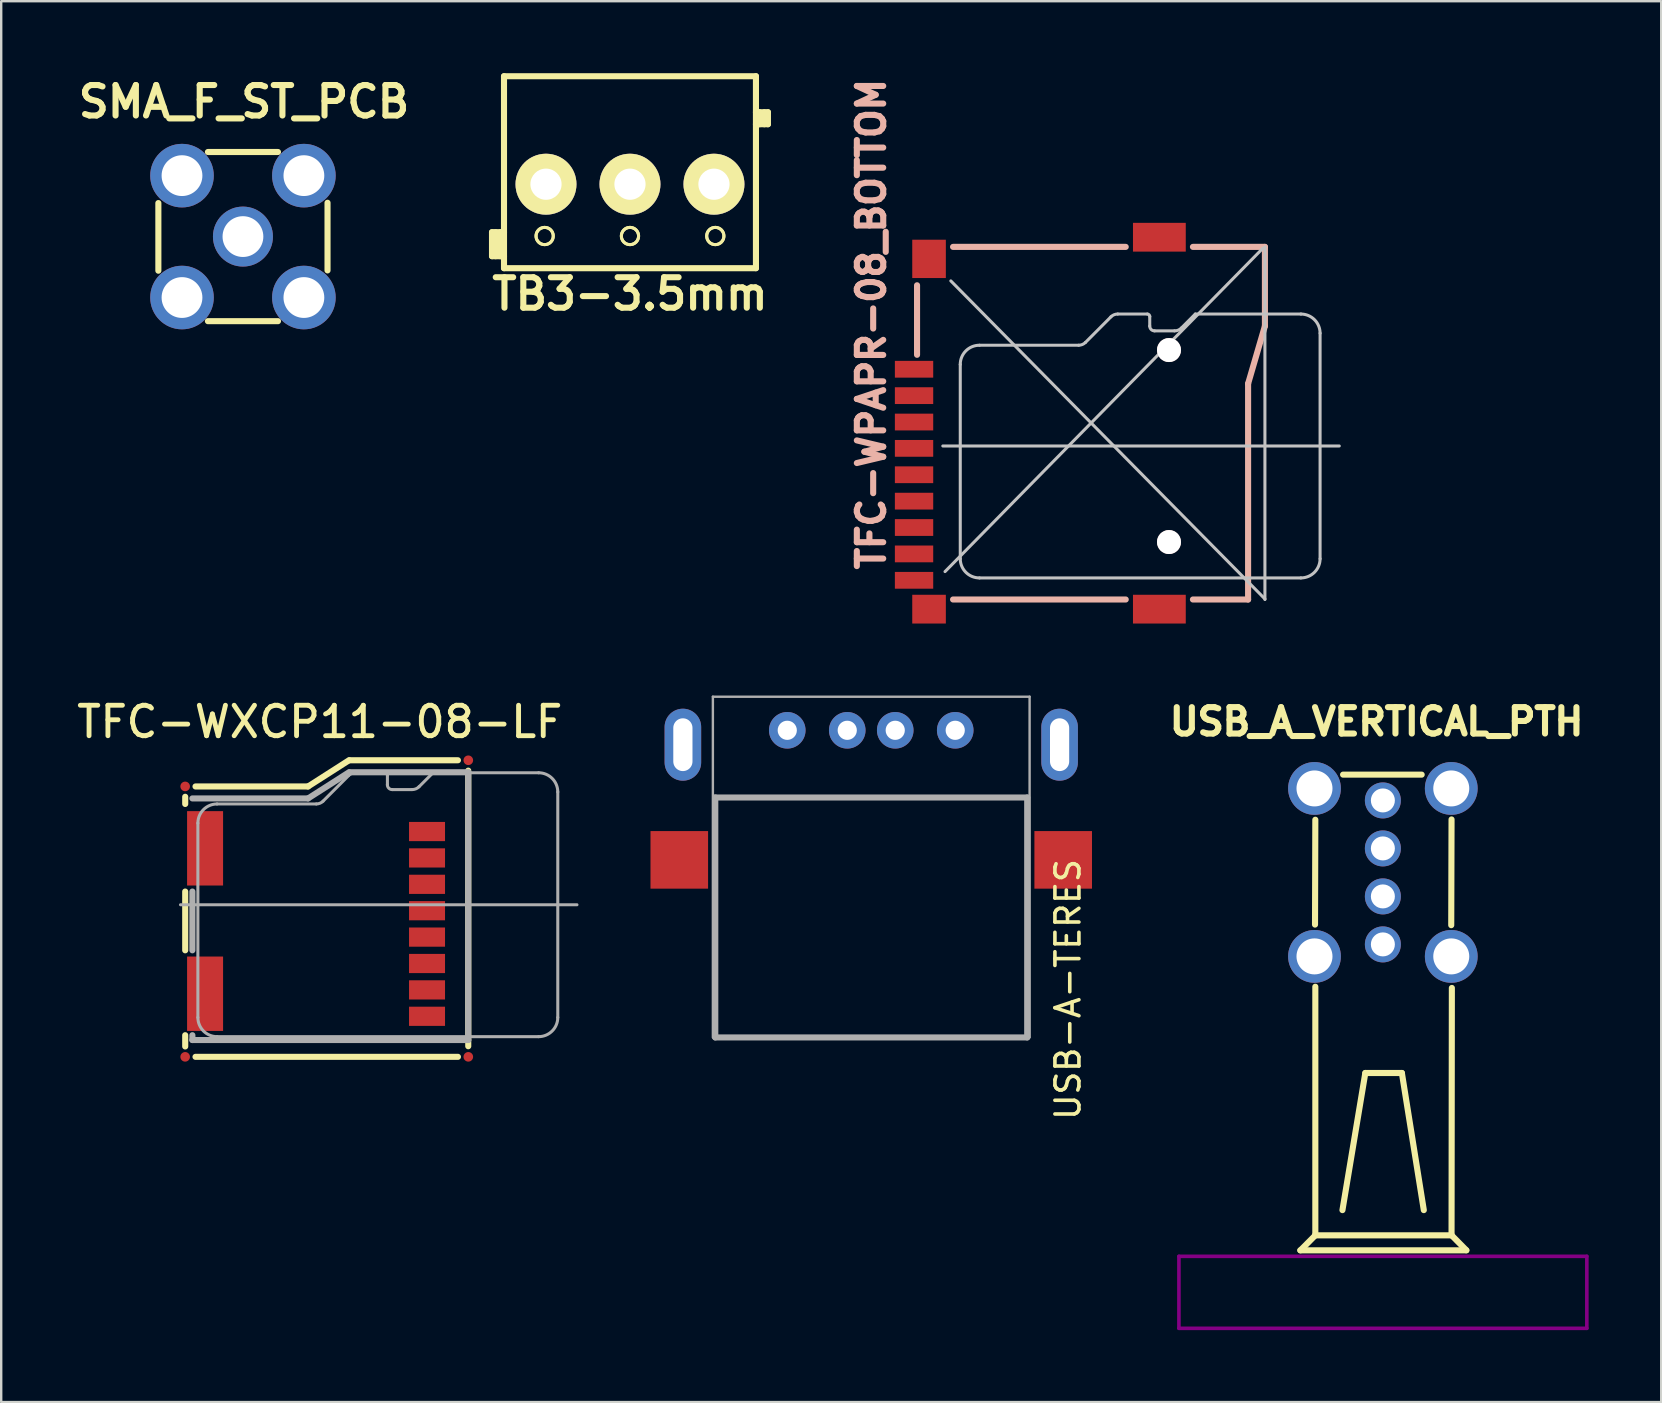
<source format=kicad_pcb>
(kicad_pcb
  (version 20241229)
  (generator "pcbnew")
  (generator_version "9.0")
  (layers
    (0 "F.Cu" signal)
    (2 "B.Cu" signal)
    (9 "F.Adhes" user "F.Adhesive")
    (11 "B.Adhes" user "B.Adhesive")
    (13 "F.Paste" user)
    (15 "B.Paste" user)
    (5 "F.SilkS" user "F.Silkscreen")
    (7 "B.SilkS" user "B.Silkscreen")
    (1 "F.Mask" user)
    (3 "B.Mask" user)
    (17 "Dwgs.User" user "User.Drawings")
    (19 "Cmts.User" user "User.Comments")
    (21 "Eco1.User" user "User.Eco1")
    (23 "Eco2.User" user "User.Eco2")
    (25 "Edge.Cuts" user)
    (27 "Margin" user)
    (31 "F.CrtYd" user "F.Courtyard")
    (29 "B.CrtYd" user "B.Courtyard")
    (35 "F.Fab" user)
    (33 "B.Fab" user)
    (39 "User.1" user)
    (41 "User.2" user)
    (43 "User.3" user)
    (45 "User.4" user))
  (footprint "TFC-WXCP11-08-LF"
    (layer "F.Cu")
    (at 10.747 35.455)
    (property "Reference" "TFC-WXCP11-08-LF" (at -0.47 -8.42 0) (layer "F.SilkS") (effects (font (size 1.27 1.27) (thickness 0.203))))
    (attr smd)
    (fp_line (start -6.078 -4.999) (end -6.078 -5.298) (stroke (width 0.254) (type solid)) (layer "F.SilkS"))
    (fp_line (start -6.078 1.1) (end -6.078 -1.349) (stroke (width 0.254) (type solid)) (layer "F.SilkS"))
    (fp_line (start -6.078 5.108) (end -6.078 4.638) (stroke (width 0.254) (type solid)) (layer "F.SilkS"))
    (fp_line (start -5.649 -5.728) (end -0.958 -5.728) (stroke (width 0.254) (type solid)) (layer "F.SilkS"))
    (fp_line (start -0.958 -5.728) (end 0.749 -6.82) (stroke (width 0.254) (type solid)) (layer "F.SilkS"))
    (fp_line (start 5.288 -6.82) (end 0.77 -6.82) (stroke (width 0.254) (type solid)) (layer "F.SilkS"))
    (fp_line (start 5.288 5.54) (end -5.649 5.54) (stroke (width 0.254) (type solid)) (layer "F.SilkS"))
    (fp_line (start 5.718 5.098) (end 5.718 -6.388) (stroke (width 0.254) (type solid)) (layer "F.SilkS"))
    (fp_line (start -6.274 -0.798) (end 10.249 -0.798) (stroke (width 0.127) (type solid)) (layer "F.Fab"))
    (fp_line (start -5.779 -5.23) (end -0.958 -5.23) (stroke (width 0.254) (type solid)) (layer "F.Fab"))
    (fp_line (start -5.779 1.1) (end -5.779 -1.349) (stroke (width 0.254) (type solid)) (layer "F.Fab"))
    (fp_line (start -5.779 4.839) (end -5.779 4.638) (stroke (width 0.254) (type solid)) (layer "F.Fab"))
    (fp_line (start -5.55 3.899) (end -5.55 -4.199) (stroke (width 0.127) (type solid)) (layer "F.Fab"))
    (fp_line (start -4.75 -4.999) (end -0.615 -4.999) (stroke (width 0.127) (type solid)) (layer "F.Fab"))
    (fp_line (start -0.958 -5.23) (end 0.749 -6.32) (stroke (width 0.254) (type solid)) (layer "F.Fab"))
    (fp_line (start -0.333 -5.116) (end 0.732 -6.182) (stroke (width 0.127) (type solid)) (layer "F.Fab"))
    (fp_line (start 1.013 -6.299) (end 2.248 -6.299) (stroke (width 0.127) (type solid)) (layer "F.Fab"))
    (fp_line (start 2.349 -6.198) (end 2.349 -5.799) (stroke (width 0.127) (type solid)) (layer "F.Fab"))
    (fp_line (start 2.548 -5.598) (end 3.383 -5.598) (stroke (width 0.127) (type solid)) (layer "F.Fab"))
    (fp_line (start 3.665 -5.715) (end 4.249 -6.299) (stroke (width 0.127) (type solid)) (layer "F.Fab"))
    (fp_line (start 4.249 -6.299) (end 8.649 -6.299) (stroke (width 0.127) (type solid)) (layer "F.Fab"))
    (fp_line (start 5.718 -6.32) (end 0.77 -6.32) (stroke (width 0.254) (type solid)) (layer "F.Fab"))
    (fp_line (start 5.718 4.839) (end -5.779 4.839) (stroke (width 0.254) (type solid)) (layer "F.Fab"))
    (fp_line (start 5.718 4.839) (end 5.718 -6.32) (stroke (width 0.254) (type solid)) (layer "F.Fab"))
    (fp_line (start 8.649 4.699) (end -4.75 4.699) (stroke (width 0.127) (type solid)) (layer "F.Fab"))
    (fp_line (start 9.449 -5.499) (end 9.449 3.899) (stroke (width 0.127) (type solid)) (layer "F.Fab"))
    (fp_arc (start -5.5499 -4.19862) (mid -5.315556 -4.764376) (end -4.7498 -4.99872) (stroke (width 0.127) (type solid)) (layer "F.Fab"))
    (fp_arc (start -4.7498 4.699) (mid -5.315556 4.464656) (end -5.5499 3.8989) (stroke (width 0.127) (type solid)) (layer "F.Fab"))
    (fp_arc (start -0.33274 -5.11556) (mid -0.462095 -5.029128) (end -0.61468 -4.998777) (stroke (width 0.127) (type solid)) (layer "F.Fab"))
    (fp_arc (start 0.73152 -6.18236) (mid 0.861524 -6.268467) (end 1.014557 -6.298402) (stroke (width 0.127) (type solid)) (layer "F.Fab"))
    (fp_arc (start 2.2479 -6.2992) (mid 2.319742 -6.269442) (end 2.3495 -6.1976) (stroke (width 0.127) (type solid)) (layer "F.Fab"))
    (fp_arc (start 2.54762 -5.59816) (mid 2.405732 -5.656932) (end 2.34696 -5.79882) (stroke (width 0.127) (type solid)) (layer "F.Fab"))
    (fp_arc (start 3.66522 -5.715) (mid 3.534893 -5.628761) (end 3.381484 -5.598961) (stroke (width 0.127) (type solid)) (layer "F.Fab"))
    (fp_arc (start 8.6487 -6.2992) (mid 9.214456 -6.064856) (end 9.4488 -5.4991) (stroke (width 0.127) (type solid)) (layer "F.Fab"))
    (fp_arc (start 9.4488 3.8989) (mid 9.214456 4.464656) (end 8.6487 4.699) (stroke (width 0.127) (type solid)) (layer "F.Fab"))
    (pad "1" smd rect (at 4 -3.85 90) (size 0.8 1.5) (layers "F.Cu" "F.Mask" "F.Paste"))
    (pad "2" smd rect (at 4 -2.75 90) (size 0.8 1.5) (layers "F.Cu" "F.Mask" "F.Paste"))
    (pad "3" smd rect (at 4 -1.65 90) (size 0.8 1.5) (layers "F.Cu" "F.Mask" "F.Paste"))
    (pad "4" smd rect (at 4 -0.55 90) (size 0.8 1.5) (layers "F.Cu" "F.Mask" "F.Paste"))
    (pad "5" smd rect (at 4 0.55 90) (size 0.8 1.5) (layers "F.Cu" "F.Mask" "F.Paste"))
    (pad "6" smd rect (at 4 1.65 90) (size 0.8 1.5) (layers "F.Cu" "F.Mask" "F.Paste"))
    (pad "7" smd rect (at 4 2.75 90) (size 0.8 1.5) (layers "F.Cu" "F.Mask" "F.Paste"))
    (pad "8" smd rect (at 4 3.85 90) (size 0.8 1.5) (layers "F.Cu" "F.Mask" "F.Paste"))
    (pad "FID1" smd circle (at 5.72 -6.82 90) (size 0.4 0.4) (layers "F.Cu" "F.Mask"))
    (pad "FID2" smd circle (at -6.08 -5.73 90) (size 0.4 0.4) (layers "F.Cu" "F.Mask"))
    (pad "FID3" smd circle (at -6.08 5.54 90) (size 0.4 0.4) (layers "F.Cu" "F.Mask"))
    (pad "FID4" smd circle (at 5.72 5.54 90) (size 0.4 0.4) (layers "F.Cu" "F.Mask"))
    (pad "SH1" smd rect (at -5.25 2.91 90) (size 3.1 1.5) (layers "F.Cu" "F.Mask" "F.Paste"))
    (pad "SH2" smd rect (at -5.25 -3.15 90) (size 3.1 1.5) (layers "F.Cu" "F.Mask" "F.Paste")))
  (footprint "SMA_F_ST_PCB"
    (layer "F.Cu")
    (at 7.075 6.81)
    (property "Reference" "SMA_F_ST_PCB" (at 0.043 -5.621 0) (layer "F.SilkS") (effects (font (size 1.27 1.27) (thickness 0.254))))
    (attr smd)
    (fp_line (start -3.525 -1.397) (end -3.525 1.422) (stroke (width 0.254) (type solid)) (layer "F.SilkS"))
    (fp_line (start -1.46 -3.525) (end 1.46 -3.525) (stroke (width 0.254) (type solid)) (layer "F.SilkS"))
    (fp_line (start -1.46 3.525) (end 1.46 3.525) (stroke (width 0.254) (type solid)) (layer "F.SilkS"))
    (fp_line (start 3.525 -1.41) (end 3.525 1.41) (stroke (width 0.254) (type solid)) (layer "F.SilkS"))
    (pad "1" thru_hole circle (at 0 0) (size 2.5 2.5) (drill 1.7) (layers "*.Cu" "*.Mask"))
    (pad "2" thru_hole circle (at -2.54 -2.54) (size 2.65 2.65) (drill 1.7) (layers "*.Cu" "*.Mask"))
    (pad "3" thru_hole circle (at 2.54 -2.54) (size 2.65 2.65) (drill 1.7) (layers "*.Cu" "*.Mask"))
    (pad "4" thru_hole circle (at 2.54 2.54) (size 2.65 2.65) (drill 1.7) (layers "*.Cu" "*.Mask"))
    (pad "5" thru_hole circle (at -2.54 2.54) (size 2.65 2.65) (drill 1.7) (layers "*.Cu" "*.Mask")))
  (footprint "USB-A-TERES"
    (layer "F.Cu")
    (at 33.26 40.186)
    (property "Reference" "USB-A-TERES" (at 8.2 -2 270) (layer "F.SilkS") (effects (font (size 1 1) (thickness 0.15))))
    (attr through_hole)
    (fp_line (start -6.6 -14.2) (end 6.6 -14.2) (stroke (width 0.1) (type solid)) (layer "F.Fab"))
    (fp_line (start -6.6 0) (end -6.6 -14.2) (stroke (width 0.1) (type solid)) (layer "F.Fab"))
    (fp_line (start -6.5 -10) (end 6.5 -10) (stroke (width 0.254) (type solid)) (layer "F.Fab"))
    (fp_line (start -6.5 0) (end -6.5 -10) (stroke (width 0.254) (type solid)) (layer "F.Fab"))
    (fp_line (start 6.5 -10) (end 6.5 0) (stroke (width 0.254) (type solid)) (layer "F.Fab"))
    (fp_line (start 6.5 0) (end -6.5 0) (stroke (width 0.254) (type solid)) (layer "F.Fab"))
    (fp_line (start 6.6 -14.2) (end 6.6 0) (stroke (width 0.1) (type solid)) (layer "F.Fab"))
    (pad "0" smd rect (at -8 -7.4) (size 2.4 2.4) (layers "F.Cu" "F.Mask" "F.Paste"))
    (pad "0" thru_hole oval (at -7.85 -12.2) (size 1.524 3) (drill oval 0.8 2.2) (layers "*.Cu" "*.Mask" "F.Paste"))
    (pad "0" thru_hole oval (at 7.85 -12.2) (size 1.524 3) (drill oval 0.8 2.2) (layers "*.Cu" "*.Mask" "F.Paste"))
    (pad "0" smd rect (at 8 -7.4) (size 2.4 2.4) (layers "F.Cu" "F.Mask" "F.Paste"))
    (pad "1" thru_hole circle (at -3.5 -12.8) (size 1.524 1.524) (drill 0.8) (layers "*.Cu" "*.Mask" "F.Paste"))
    (pad "2" thru_hole circle (at -1 -12.8) (size 1.524 1.524) (drill 0.8) (layers "*.Cu" "*.Mask" "F.Paste"))
    (pad "3" thru_hole circle (at 1 -12.8) (size 1.524 1.524) (drill 0.8) (layers "*.Cu" "*.Mask" "F.Paste"))
    (pad "4" thru_hole circle (at 3.5 -12.8) (size 1.524 1.524) (drill 0.8) (layers "*.Cu" "*.Mask" "F.Paste")))
  (footprint "USB_A_VERTICAL_PTH"
    (layer "F.Cu")
    (at 54.583 36.309)
    (property "Reference" "USB_A_VERTICAL_PTH" (at -0.262 -9.284 0) (layer "F.SilkS") (effects (font (size 1.1 1.1) (thickness 0.254))))
    (attr smd)
    (fp_line (start -3.442 12.75) (end 3.479 12.75) (stroke (width 0.254) (type solid)) (layer "F.SilkS"))
    (fp_line (start -3.437 12.75) (end -2.823 12.133) (stroke (width 0.254) (type solid)) (layer "F.SilkS"))
    (fp_line (start -2.828 12.125) (end 2.864 12.125) (stroke (width 0.254) (type solid)) (layer "F.SilkS"))
    (fp_line (start -2.815 -5.195) (end -2.828 -0.826) (stroke (width 0.254) (type solid)) (layer "F.SilkS"))
    (fp_line (start -2.815 1.764) (end -2.815 12.115) (stroke (width 0.254) (type solid)) (layer "F.SilkS"))
    (fp_line (start -1.685 11.074) (end -0.732 5.359) (stroke (width 0.254) (type solid)) (layer "F.SilkS"))
    (fp_line (start -1.659 -7.075) (end 1.617 -7.075) (stroke (width 0.254) (type solid)) (layer "F.SilkS"))
    (fp_line (start -0.732 5.359) (end 0.792 5.359) (stroke (width 0.254) (type solid)) (layer "F.SilkS"))
    (fp_line (start 0.792 5.359) (end 1.706 11.074) (stroke (width 0.254) (type solid)) (layer "F.SilkS"))
    (fp_line (start 2.862 -5.208) (end 2.849 -0.801) (stroke (width 0.254) (type solid)) (layer "F.SilkS"))
    (fp_line (start 2.864 12.123) (end 3.479 12.747) (stroke (width 0.254) (type solid)) (layer "F.SilkS"))
    (fp_line (start 2.875 1.815) (end 2.862 12.115) (stroke (width 0.254) (type solid)) (layer "F.SilkS"))
    (fp_line (start -8.5 13) (end 8.5 13) (stroke (width 0.15) (type solid)) (layer "F.Adhes"))
    (fp_line (start -8.5 16) (end -8.5 13) (stroke (width 0.15) (type solid)) (layer "F.Adhes"))
    (fp_line (start 8.5 13) (end 8.5 16) (stroke (width 0.15) (type solid)) (layer "F.Adhes"))
    (fp_line (start 8.5 16) (end -8.5 16) (stroke (width 0.15) (type solid)) (layer "F.Adhes"))
    (pad "0" thru_hole circle (at -2.85 -6.5) (size 2.2 2.2) (drill 1.5) (layers "*.Cu" "*.Mask"))
    (pad "0" thru_hole circle (at -2.85 0.5) (size 2.2 2.2) (drill 1.5) (layers "*.Cu" "*.Mask"))
    (pad "0" thru_hole circle (at 2.85 -6.5) (size 2.2 2.2) (drill 1.5) (layers "*.Cu" "*.Mask"))
    (pad "0" thru_hole circle (at 2.85 0.5) (size 2.2 2.2) (drill 1.5) (layers "*.Cu" "*.Mask"))
    (pad "1" thru_hole circle (at 0 0) (size 1.5 1.5) (drill 1) (layers "*.Cu" "*.Mask"))
    (pad "2" thru_hole circle (at 0 -2) (size 1.5 1.5) (drill 1) (layers "*.Cu" "*.Mask"))
    (pad "3" thru_hole circle (at 0 -4) (size 1.5 1.5) (drill 1) (layers "*.Cu" "*.Mask"))
    (pad "4" thru_hole circle (at 0 -6) (size 1.5 1.5) (drill 1) (layers "*.Cu" "*.Mask")))
  (footprint "TB3-3.5mm"
    (layer "F.Cu")
    (at 23.205 4.627)
    (property "Reference" "TB3-3.5mm" (at 0 4.572 0) (layer "F.SilkS") (effects (font (size 1.27 1.27) (thickness 0.254))))
    (attr smd)
    (fp_line (start -5.75 2) (end -5.75 3) (stroke (width 0.254) (type solid)) (layer "F.SilkS"))
    (fp_line (start -5.75 2) (end -5.25 2) (stroke (width 0.254) (type solid)) (layer "F.SilkS"))
    (fp_line (start -5.75 3) (end -5.25 3) (stroke (width 0.254) (type solid)) (layer "F.SilkS"))
    (fp_line (start -5.6 2) (end -5.6 3) (stroke (width 0.254) (type solid)) (layer "F.SilkS"))
    (fp_line (start -5.4 2) (end -5.4 3) (stroke (width 0.254) (type solid)) (layer "F.SilkS"))
    (fp_line (start -5.25 -4.5) (end 5.25 -4.5) (stroke (width 0.254) (type solid)) (layer "F.SilkS"))
    (fp_line (start -5.25 3.5) (end -5.25 -4.5) (stroke (width 0.254) (type solid)) (layer "F.SilkS"))
    (fp_line (start 5.25 -3) (end 5.75 -3) (stroke (width 0.254) (type solid)) (layer "F.SilkS"))
    (fp_line (start 5.25 3.5) (end -5.25 3.5) (stroke (width 0.254) (type solid)) (layer "F.SilkS"))
    (fp_line (start 5.25 3.5) (end 5.25 -4.5) (stroke (width 0.254) (type solid)) (layer "F.SilkS"))
    (fp_line (start 5.4 -3) (end 5.4 -2.5) (stroke (width 0.254) (type solid)) (layer "F.SilkS"))
    (fp_line (start 5.6 -3) (end 5.6 -2.5) (stroke (width 0.254) (type solid)) (layer "F.SilkS"))
    (fp_line (start 5.75 -3) (end 5.75 -2.5) (stroke (width 0.254) (type solid)) (layer "F.SilkS"))
    (fp_line (start 5.75 -2.5) (end 5.25 -2.5) (stroke (width 0.254) (type solid)) (layer "F.SilkS"))
    (fp_circle (center -3.556 2.159) (end -3.302 2.413) (stroke (width 0.127) (type solid)) (fill no) (layer "F.SilkS"))
    (fp_circle (center -3.556 2.159) (end -3.302 2.413) (stroke (width 0.127) (type solid)) (fill no) (layer "F.SilkS"))
    (fp_circle (center 0 2.159) (end 0.254 2.413) (stroke (width 0.127) (type solid)) (fill no) (layer "F.SilkS"))
    (fp_circle (center 0 2.159) (end 0.254 2.413) (stroke (width 0.127) (type solid)) (fill no) (layer "F.SilkS"))
    (fp_circle (center 3.556 2.159) (end 3.81 2.413) (stroke (width 0.127) (type solid)) (fill no) (layer "F.SilkS"))
    (fp_circle (center 3.556 2.159) (end 3.81 2.413) (stroke (width 0.127) (type solid)) (fill no) (layer "F.SilkS"))
    (pad "1" thru_hole circle (at -3.5 0) (size 2.54 2.54) (drill 1.3) (layers "*.Cu" "*.Mask" "F.SilkS"))
    (pad "2" thru_hole circle (at 0 0) (size 2.54 2.54) (drill 1.3) (layers "*.Cu" "*.Mask" "F.SilkS"))
    (pad "3" thru_hole circle (at 3.5 0) (size 2.54 2.54) (drill 1.3) (layers "*.Cu" "*.Mask" "F.SilkS")))
  (footprint "TFC-WPAPR-08_BOTTOM"
    (layer "B.Cu")
    (at 42.418 14.587)
    (property "Reference" "TFC-WPAPR-08_BOTTOM" (at -9.154 -4.128 90) (layer "B.SilkS") (effects (font (size 1.1 1.1) (thickness 0.254))))
    (attr smd)
    (fp_line (start -7.249 -2.85) (end -7.249 -5.748) (stroke (width 0.254) (type solid)) (layer "B.SilkS"))
    (fp_line (start -5.748 -7.348) (end 1.448 -7.348) (stroke (width 0.254) (type solid)) (layer "B.SilkS"))
    (fp_line (start -5.748 7.348) (end 1.448 7.348) (stroke (width 0.254) (type solid)) (layer "B.SilkS"))
    (fp_line (start 4.249 -7.348) (end 7.249 -7.348) (stroke (width 0.254) (type solid)) (layer "B.SilkS"))
    (fp_line (start 4.249 7.348) (end 6.548 7.348) (stroke (width 0.254) (type solid)) (layer "B.SilkS"))
    (fp_line (start 6.548 -1.648) (end 6.548 7.348) (stroke (width 0.254) (type solid)) (layer "B.SilkS"))
    (fp_line (start 7.249 -7.348) (end 7.249 -4.049) (stroke (width 0.254) (type solid)) (layer "B.SilkS"))
    (fp_line (start 7.249 -4.049) (end 6.548 -1.648) (stroke (width 0.254) (type solid)) (layer "B.SilkS"))
    (fp_line (start -6.175 0.95) (end 10.348 0.95) (stroke (width 0.127) (type solid)) (layer "Dwgs.User"))
    (fp_line (start -6.083 6.185) (end 7.163 -7.29) (stroke (width 0.127) (type solid)) (layer "Dwgs.User"))
    (fp_line (start -5.842 -5.931) (end 7.252 7.328) (stroke (width 0.127) (type solid)) (layer "Dwgs.User"))
    (fp_line (start -5.448 5.649) (end -5.448 -2.449) (stroke (width 0.127) (type solid)) (layer "Dwgs.User"))
    (fp_line (start -4.648 -3.249) (end -0.516 -3.249) (stroke (width 0.127) (type solid)) (layer "Dwgs.User"))
    (fp_line (start -0.231 -3.365) (end 0.831 -4.432) (stroke (width 0.127) (type solid)) (layer "Dwgs.User"))
    (fp_line (start 1.115 -4.549) (end 2.349 -4.549) (stroke (width 0.127) (type solid)) (layer "Dwgs.User"))
    (fp_line (start 2.449 -4.448) (end 2.449 -4.049) (stroke (width 0.127) (type solid)) (layer "Dwgs.User"))
    (fp_line (start 2.649 -3.848) (end 3.482 -3.848) (stroke (width 0.127) (type solid)) (layer "Dwgs.User"))
    (fp_line (start 3.767 -3.965) (end 4.348 -4.549) (stroke (width 0.127) (type solid)) (layer "Dwgs.User"))
    (fp_line (start 4.348 -4.549) (end 8.748 -4.549) (stroke (width 0.127) (type solid)) (layer "Dwgs.User"))
    (fp_line (start 7.249 -7.348) (end 7.249 7.348) (stroke (width 0.127) (type solid)) (layer "Dwgs.User"))
    (fp_line (start 8.748 6.449) (end -4.648 6.449) (stroke (width 0.127) (type solid)) (layer "Dwgs.User"))
    (fp_line (start 9.548 -3.749) (end 9.548 5.649) (stroke (width 0.127) (type solid)) (layer "Dwgs.User"))
    (fp_arc (start -5.4483 -2.44856) (mid -5.213956 -3.014316) (end -4.6482 -3.24866) (stroke (width 0.127) (type solid)) (layer "Dwgs.User"))
    (fp_arc (start -4.6482 6.44906) (mid -5.213956 6.214716) (end -5.4483 5.64896) (stroke (width 0.127) (type solid)) (layer "Dwgs.User"))
    (fp_arc (start -0.23114 -3.3655) (mid -0.360495 -3.279068) (end -0.51308 -3.248717) (stroke (width 0.127) (type solid)) (layer "Dwgs.User"))
    (fp_arc (start 0.83058 -4.4323) (mid 0.960776 -4.519377) (end 1.114358 -4.550135) (stroke (width 0.127) (type solid)) (layer "Dwgs.User"))
    (fp_arc (start 2.3495 -4.54914) (mid 2.421342 -4.519382) (end 2.4511 -4.44754) (stroke (width 0.127) (type solid)) (layer "Dwgs.User"))
    (fp_arc (start 2.64922 -3.8481) (mid 2.507332 -3.906872) (end 2.44856 -4.04876) (stroke (width 0.127) (type solid)) (layer "Dwgs.User"))
    (fp_arc (start 3.76682 -3.96494) (mid 3.636299 -3.877729) (end 3.48234 -3.847105) (stroke (width 0.127) (type solid)) (layer "Dwgs.User"))
    (fp_arc (start 8.74776 -4.54914) (mid 9.313516 -4.314796) (end 9.54786 -3.74904) (stroke (width 0.127) (type solid)) (layer "Dwgs.User"))
    (fp_arc (start 9.54786 5.64896) (mid 9.313516 6.214716) (end 8.74776 6.44906) (stroke (width 0.127) (type solid)) (layer "Dwgs.User"))
    (pad "" np_thru_hole circle (at 3.251 -3.048) (size 1 1) (drill 1) (layers "*.Cu" "*.Mask" "B.SilkS"))
    (pad "" np_thru_hole circle (at 3.251 4.953) (size 1 1) (drill 1) (layers "*.Cu" "*.Mask" "B.SilkS"))
    (pad "1" smd rect (at -7.374 -2.248 270) (size 0.699 1.598) (layers "F.Cu" "B.Mask" "B.Paste"))
    (pad "2" smd rect (at -7.374 -1.148 270) (size 0.699 1.598) (layers "F.Cu" "B.Mask" "B.Paste"))
    (pad "3" smd rect (at -7.374 -0.048 270) (size 0.699 1.598) (layers "F.Cu" "B.Mask" "B.Paste"))
    (pad "4" smd rect (at -7.374 1.049 270) (size 0.699 1.598) (layers "F.Cu" "B.Mask" "B.Paste"))
    (pad "5" smd rect (at -7.374 2.149 270) (size 0.699 1.598) (layers "F.Cu" "B.Mask" "B.Paste"))
    (pad "6" smd rect (at -7.374 3.249 270) (size 0.699 1.598) (layers "F.Cu" "B.Mask" "B.Paste"))
    (pad "7" smd rect (at -7.374 4.348 270) (size 0.699 1.598) (layers "F.Cu" "B.Mask" "B.Paste"))
    (pad "8" smd rect (at -7.374 5.448 270) (size 0.699 1.598) (layers "F.Cu" "B.Mask" "B.Paste"))
    (pad "9" smd rect (at -7.374 6.548 270) (size 0.699 1.598) (layers "F.Cu" "B.Mask" "B.Paste"))
    (pad "10" smd rect (at -6.749 7.75 270) (size 1.199 1.4) (layers "F.Cu" "B.Mask" "B.Paste"))
    (pad "11" smd rect (at -6.749 -6.848 270) (size 1.598 1.4) (layers "F.Cu" "B.Mask" "B.Paste"))
    (pad "12" smd rect (at 2.85 7.75 270) (size 1.199 2.2) (layers "F.Cu" "B.Mask" "B.Paste"))
    (pad "13" smd rect (at 2.85 -7.75 270) (size 1.199 2.2) (layers "F.Cu" "B.Mask" "B.Paste")))
  (gr_rect
    (start -3 -3)
    (end 66.183 55.384)
    (stroke (width 0.1) (type default))
    (fill no)
    (layer "Edge.Cuts")))
</source>
